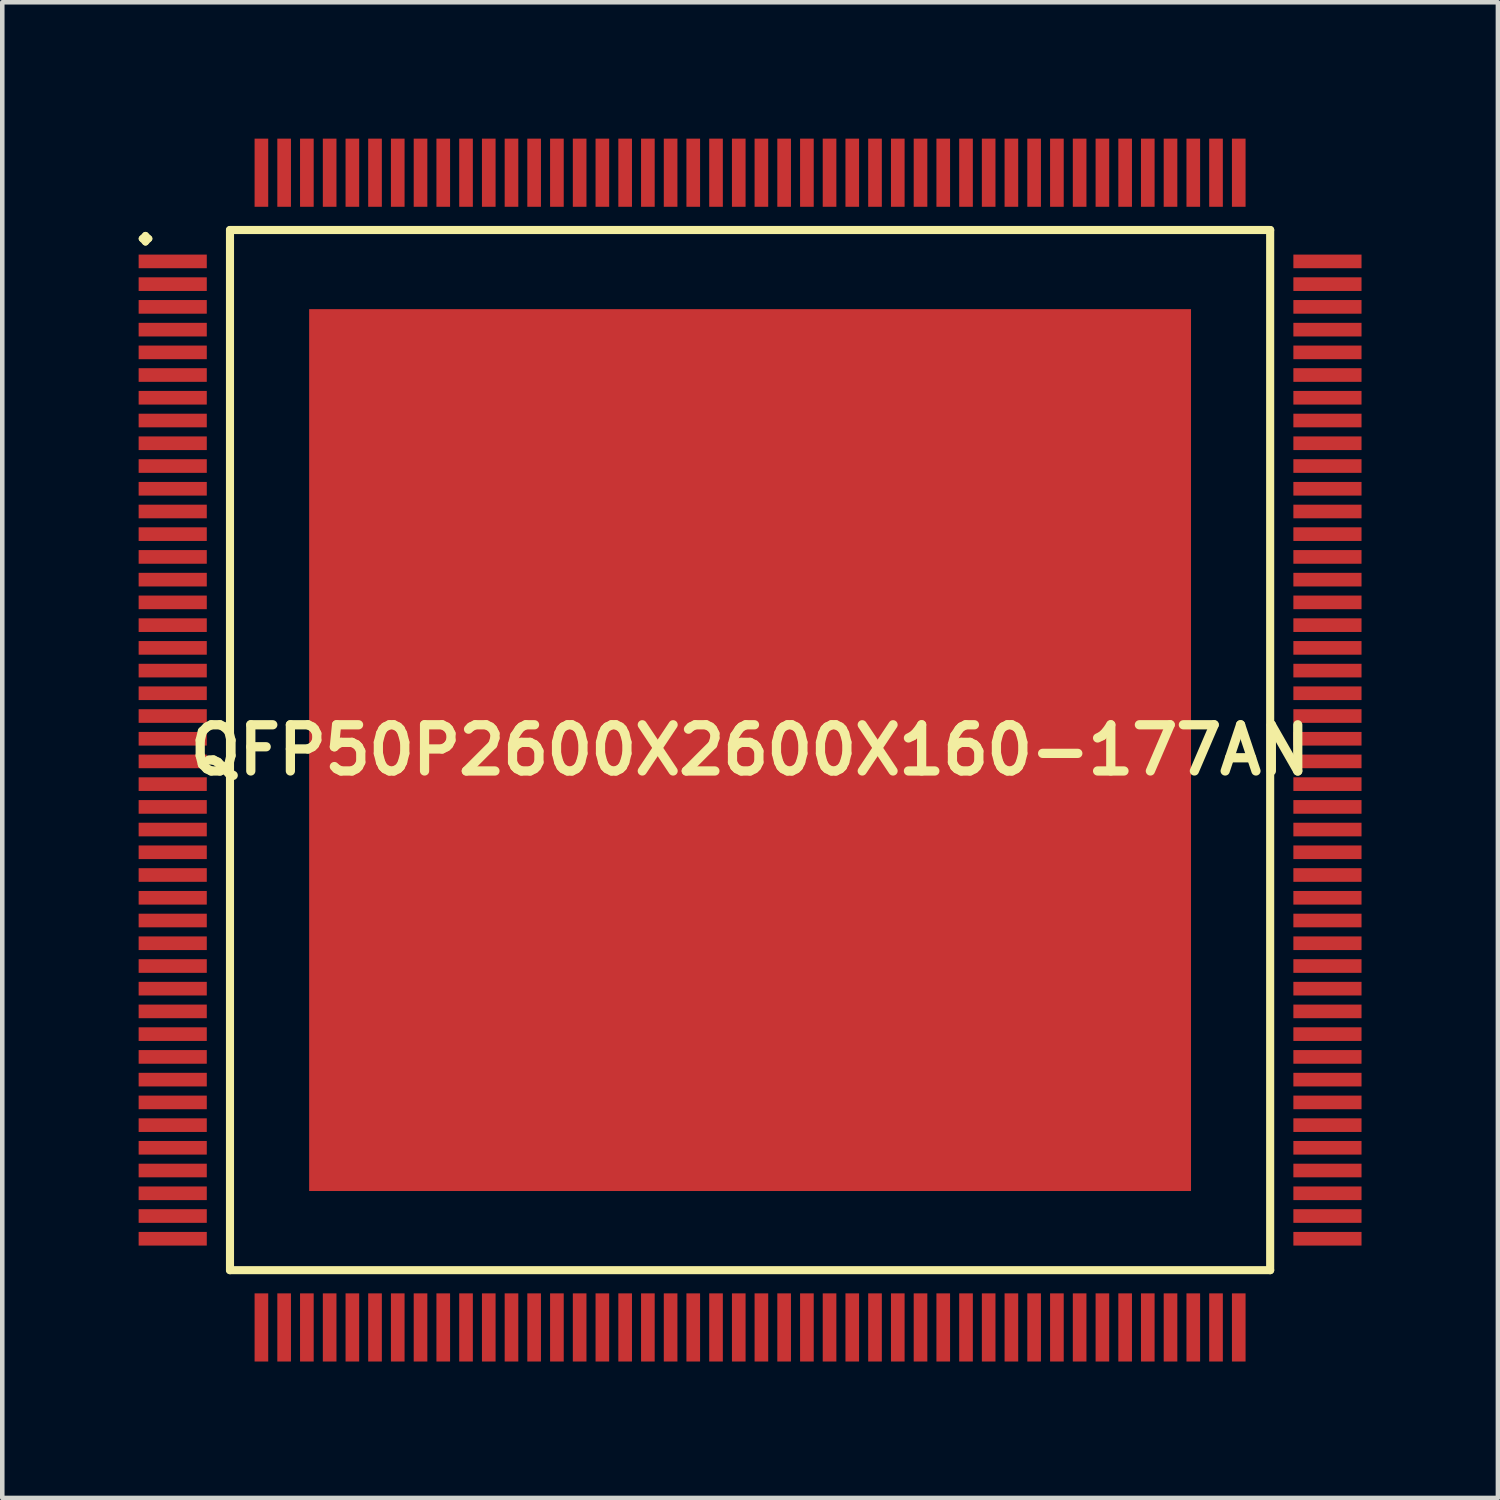
<source format=kicad_pcb>
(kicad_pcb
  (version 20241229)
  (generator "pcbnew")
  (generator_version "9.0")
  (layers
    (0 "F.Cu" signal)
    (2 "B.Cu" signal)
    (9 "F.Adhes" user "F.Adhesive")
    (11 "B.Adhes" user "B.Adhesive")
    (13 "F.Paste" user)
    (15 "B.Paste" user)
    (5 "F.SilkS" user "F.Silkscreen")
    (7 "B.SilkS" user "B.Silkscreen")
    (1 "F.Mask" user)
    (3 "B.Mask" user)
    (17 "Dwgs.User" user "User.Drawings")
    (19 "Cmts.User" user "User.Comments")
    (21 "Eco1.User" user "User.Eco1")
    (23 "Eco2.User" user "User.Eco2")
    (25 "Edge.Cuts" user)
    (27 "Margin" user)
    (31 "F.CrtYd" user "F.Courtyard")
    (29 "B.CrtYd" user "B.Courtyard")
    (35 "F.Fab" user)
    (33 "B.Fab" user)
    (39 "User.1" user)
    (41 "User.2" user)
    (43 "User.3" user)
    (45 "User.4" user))
  (footprint "QFP50P2600X2600X160-177AN"
    (layer "F.Cu")
    (at 13.449 13.449)
    (property "Reference" "QFP50P2600X2600X160-177AN" (at 0 0 0) (layer "F.SilkS") (effects (font (size 1.016 1.016) (thickness 0.203))))
    (attr smd)
    (fp_line (start -13.373 -11.25) (end -13.299 -11.323) (stroke (width 0.15) (type solid)) (layer "F.SilkS"))
    (fp_line (start -13.299 -11.323) (end -13.223 -11.25) (stroke (width 0.15) (type solid)) (layer "F.SilkS"))
    (fp_line (start -13.299 -11.173) (end -13.373 -11.25) (stroke (width 0.15) (type solid)) (layer "F.SilkS"))
    (fp_line (start -13.223 -11.25) (end -13.299 -11.173) (stroke (width 0.15) (type solid)) (layer "F.SilkS"))
    (fp_line (start -11.44 -11.44) (end -11.44 11.44) (stroke (width 0.178) (type solid)) (layer "F.SilkS"))
    (fp_line (start -11.44 11.44) (end 11.44 11.44) (stroke (width 0.178) (type solid)) (layer "F.SilkS"))
    (fp_line (start 11.44 -11.44) (end -11.44 -11.44) (stroke (width 0.178) (type solid)) (layer "F.SilkS"))
    (fp_line (start 11.44 11.44) (end 11.44 -11.44) (stroke (width 0.178) (type solid)) (layer "F.SilkS"))
    (pad "1" smd rect (at -12.7 -10.749) (size 1.499 0.3) (layers "F.Cu" "F.Mask" "F.Paste"))
    (pad "2" smd rect (at -12.7 -10.249) (size 1.499 0.3) (layers "F.Cu" "F.Mask" "F.Paste"))
    (pad "3" smd rect (at -12.7 -9.749) (size 1.499 0.3) (layers "F.Cu" "F.Mask" "F.Paste"))
    (pad "4" smd rect (at -12.7 -9.248) (size 1.499 0.3) (layers "F.Cu" "F.Mask" "F.Paste"))
    (pad "5" smd rect (at -12.7 -8.748) (size 1.499 0.3) (layers "F.Cu" "F.Mask" "F.Paste"))
    (pad "6" smd rect (at -12.7 -8.25) (size 1.499 0.3) (layers "F.Cu" "F.Mask" "F.Paste"))
    (pad "7" smd rect (at -12.7 -7.75) (size 1.499 0.3) (layers "F.Cu" "F.Mask" "F.Paste"))
    (pad "8" smd rect (at -12.7 -7.249) (size 1.499 0.3) (layers "F.Cu" "F.Mask" "F.Paste"))
    (pad "9" smd rect (at -12.7 -6.749) (size 1.499 0.3) (layers "F.Cu" "F.Mask" "F.Paste"))
    (pad "10" smd rect (at -12.7 -6.248) (size 1.499 0.3) (layers "F.Cu" "F.Mask" "F.Paste"))
    (pad "11" smd rect (at -12.7 -5.748) (size 1.499 0.3) (layers "F.Cu" "F.Mask" "F.Paste"))
    (pad "12" smd rect (at -12.7 -5.248) (size 1.499 0.3) (layers "F.Cu" "F.Mask" "F.Paste"))
    (pad "13" smd rect (at -12.7 -4.75) (size 1.499 0.3) (layers "F.Cu" "F.Mask" "F.Paste"))
    (pad "14" smd rect (at -12.7 -4.249) (size 1.499 0.3) (layers "F.Cu" "F.Mask" "F.Paste"))
    (pad "15" smd rect (at -12.7 -3.749) (size 1.499 0.3) (layers "F.Cu" "F.Mask" "F.Paste"))
    (pad "16" smd rect (at -12.7 -3.249) (size 1.499 0.3) (layers "F.Cu" "F.Mask" "F.Paste"))
    (pad "17" smd rect (at -12.7 -2.748) (size 1.499 0.3) (layers "F.Cu" "F.Mask" "F.Paste"))
    (pad "18" smd rect (at -12.7 -2.248) (size 1.499 0.3) (layers "F.Cu" "F.Mask" "F.Paste"))
    (pad "19" smd rect (at -12.7 -1.748) (size 1.499 0.3) (layers "F.Cu" "F.Mask" "F.Paste"))
    (pad "20" smd rect (at -12.7 -1.25) (size 1.499 0.3) (layers "F.Cu" "F.Mask" "F.Paste"))
    (pad "21" smd rect (at -12.7 -0.749) (size 1.499 0.3) (layers "F.Cu" "F.Mask" "F.Paste"))
    (pad "22" smd rect (at -12.7 -0.249) (size 1.499 0.3) (layers "F.Cu" "F.Mask" "F.Paste"))
    (pad "23" smd rect (at -12.7 0.249) (size 1.499 0.3) (layers "F.Cu" "F.Mask" "F.Paste"))
    (pad "24" smd rect (at -12.7 0.749) (size 1.499 0.3) (layers "F.Cu" "F.Mask" "F.Paste"))
    (pad "25" smd rect (at -12.7 1.25) (size 1.499 0.3) (layers "F.Cu" "F.Mask" "F.Paste"))
    (pad "26" smd rect (at -12.7 1.748) (size 1.499 0.3) (layers "F.Cu" "F.Mask" "F.Paste"))
    (pad "27" smd rect (at -12.7 2.248) (size 1.499 0.3) (layers "F.Cu" "F.Mask" "F.Paste"))
    (pad "28" smd rect (at -12.7 2.748) (size 1.499 0.3) (layers "F.Cu" "F.Mask" "F.Paste"))
    (pad "29" smd rect (at -12.7 3.249) (size 1.499 0.3) (layers "F.Cu" "F.Mask" "F.Paste"))
    (pad "30" smd rect (at -12.7 3.749) (size 1.499 0.3) (layers "F.Cu" "F.Mask" "F.Paste"))
    (pad "31" smd rect (at -12.7 4.249) (size 1.499 0.3) (layers "F.Cu" "F.Mask" "F.Paste"))
    (pad "32" smd rect (at -12.7 4.75) (size 1.499 0.3) (layers "F.Cu" "F.Mask" "F.Paste"))
    (pad "33" smd rect (at -12.7 5.248) (size 1.499 0.3) (layers "F.Cu" "F.Mask" "F.Paste"))
    (pad "34" smd rect (at -12.7 5.748) (size 1.499 0.3) (layers "F.Cu" "F.Mask" "F.Paste"))
    (pad "35" smd rect (at -12.7 6.248) (size 1.499 0.3) (layers "F.Cu" "F.Mask" "F.Paste"))
    (pad "36" smd rect (at -12.7 6.749) (size 1.499 0.3) (layers "F.Cu" "F.Mask" "F.Paste"))
    (pad "37" smd rect (at -12.7 7.249) (size 1.499 0.3) (layers "F.Cu" "F.Mask" "F.Paste"))
    (pad "38" smd rect (at -12.7 7.75) (size 1.499 0.3) (layers "F.Cu" "F.Mask" "F.Paste"))
    (pad "39" smd rect (at -12.7 8.25) (size 1.499 0.3) (layers "F.Cu" "F.Mask" "F.Paste"))
    (pad "40" smd rect (at -12.7 8.748) (size 1.499 0.3) (layers "F.Cu" "F.Mask" "F.Paste"))
    (pad "41" smd rect (at -12.7 9.248) (size 1.499 0.3) (layers "F.Cu" "F.Mask" "F.Paste"))
    (pad "42" smd rect (at -12.7 9.749) (size 1.499 0.3) (layers "F.Cu" "F.Mask" "F.Paste"))
    (pad "43" smd rect (at -12.7 10.249) (size 1.499 0.3) (layers "F.Cu" "F.Mask" "F.Paste"))
    (pad "44" smd rect (at -12.7 10.749) (size 1.499 0.3) (layers "F.Cu" "F.Mask" "F.Paste"))
    (pad "45" smd rect (at -10.749 12.7) (size 0.3 1.499) (layers "F.Cu" "F.Mask" "F.Paste"))
    (pad "46" smd rect (at -10.249 12.7) (size 0.3 1.499) (layers "F.Cu" "F.Mask" "F.Paste"))
    (pad "47" smd rect (at -9.749 12.7) (size 0.3 1.499) (layers "F.Cu" "F.Mask" "F.Paste"))
    (pad "48" smd rect (at -9.248 12.7) (size 0.3 1.499) (layers "F.Cu" "F.Mask" "F.Paste"))
    (pad "49" smd rect (at -8.748 12.7) (size 0.3 1.499) (layers "F.Cu" "F.Mask" "F.Paste"))
    (pad "50" smd rect (at -8.25 12.7) (size 0.3 1.499) (layers "F.Cu" "F.Mask" "F.Paste"))
    (pad "51" smd rect (at -7.75 12.7) (size 0.3 1.499) (layers "F.Cu" "F.Mask" "F.Paste"))
    (pad "52" smd rect (at -7.249 12.7) (size 0.3 1.499) (layers "F.Cu" "F.Mask" "F.Paste"))
    (pad "53" smd rect (at -6.749 12.7) (size 0.3 1.499) (layers "F.Cu" "F.Mask" "F.Paste"))
    (pad "54" smd rect (at -6.248 12.7) (size 0.3 1.499) (layers "F.Cu" "F.Mask" "F.Paste"))
    (pad "55" smd rect (at -5.748 12.7) (size 0.3 1.499) (layers "F.Cu" "F.Mask" "F.Paste"))
    (pad "56" smd rect (at -5.248 12.7) (size 0.3 1.499) (layers "F.Cu" "F.Mask" "F.Paste"))
    (pad "57" smd rect (at -4.75 12.7) (size 0.3 1.499) (layers "F.Cu" "F.Mask" "F.Paste"))
    (pad "58" smd rect (at -4.249 12.7) (size 0.3 1.499) (layers "F.Cu" "F.Mask" "F.Paste"))
    (pad "59" smd rect (at -3.749 12.7) (size 0.3 1.499) (layers "F.Cu" "F.Mask" "F.Paste"))
    (pad "60" smd rect (at -3.249 12.7) (size 0.3 1.499) (layers "F.Cu" "F.Mask" "F.Paste"))
    (pad "61" smd rect (at -2.748 12.7) (size 0.3 1.499) (layers "F.Cu" "F.Mask" "F.Paste"))
    (pad "62" smd rect (at -2.248 12.7) (size 0.3 1.499) (layers "F.Cu" "F.Mask" "F.Paste"))
    (pad "63" smd rect (at -1.748 12.7) (size 0.3 1.499) (layers "F.Cu" "F.Mask" "F.Paste"))
    (pad "64" smd rect (at -1.25 12.7) (size 0.3 1.499) (layers "F.Cu" "F.Mask" "F.Paste"))
    (pad "65" smd rect (at -0.749 12.7) (size 0.3 1.499) (layers "F.Cu" "F.Mask" "F.Paste"))
    (pad "66" smd rect (at -0.249 12.7) (size 0.3 1.499) (layers "F.Cu" "F.Mask" "F.Paste"))
    (pad "67" smd rect (at 0.249 12.7) (size 0.3 1.499) (layers "F.Cu" "F.Mask" "F.Paste"))
    (pad "68" smd rect (at 0.749 12.7) (size 0.3 1.499) (layers "F.Cu" "F.Mask" "F.Paste"))
    (pad "69" smd rect (at 1.25 12.7) (size 0.3 1.499) (layers "F.Cu" "F.Mask" "F.Paste"))
    (pad "70" smd rect (at 1.748 12.7) (size 0.3 1.499) (layers "F.Cu" "F.Mask" "F.Paste"))
    (pad "71" smd rect (at 2.248 12.7) (size 0.3 1.499) (layers "F.Cu" "F.Mask" "F.Paste"))
    (pad "72" smd rect (at 2.748 12.7) (size 0.3 1.499) (layers "F.Cu" "F.Mask" "F.Paste"))
    (pad "73" smd rect (at 3.249 12.7) (size 0.3 1.499) (layers "F.Cu" "F.Mask" "F.Paste"))
    (pad "74" smd rect (at 3.749 12.7) (size 0.3 1.499) (layers "F.Cu" "F.Mask" "F.Paste"))
    (pad "75" smd rect (at 4.249 12.7) (size 0.3 1.499) (layers "F.Cu" "F.Mask" "F.Paste"))
    (pad "76" smd rect (at 4.75 12.7) (size 0.3 1.499) (layers "F.Cu" "F.Mask" "F.Paste"))
    (pad "77" smd rect (at 5.248 12.7) (size 0.3 1.499) (layers "F.Cu" "F.Mask" "F.Paste"))
    (pad "78" smd rect (at 5.748 12.7) (size 0.3 1.499) (layers "F.Cu" "F.Mask" "F.Paste"))
    (pad "79" smd rect (at 6.248 12.7) (size 0.3 1.499) (layers "F.Cu" "F.Mask" "F.Paste"))
    (pad "80" smd rect (at 6.749 12.7) (size 0.3 1.499) (layers "F.Cu" "F.Mask" "F.Paste"))
    (pad "81" smd rect (at 7.249 12.7) (size 0.3 1.499) (layers "F.Cu" "F.Mask" "F.Paste"))
    (pad "82" smd rect (at 7.75 12.7) (size 0.3 1.499) (layers "F.Cu" "F.Mask" "F.Paste"))
    (pad "83" smd rect (at 8.25 12.7) (size 0.3 1.499) (layers "F.Cu" "F.Mask" "F.Paste"))
    (pad "84" smd rect (at 8.748 12.7) (size 0.3 1.499) (layers "F.Cu" "F.Mask" "F.Paste"))
    (pad "85" smd rect (at 9.248 12.7) (size 0.3 1.499) (layers "F.Cu" "F.Mask" "F.Paste"))
    (pad "86" smd rect (at 9.749 12.7) (size 0.3 1.499) (layers "F.Cu" "F.Mask" "F.Paste"))
    (pad "87" smd rect (at 10.249 12.7) (size 0.3 1.499) (layers "F.Cu" "F.Mask" "F.Paste"))
    (pad "88" smd rect (at 10.749 12.7) (size 0.3 1.499) (layers "F.Cu" "F.Mask" "F.Paste"))
    (pad "89" smd rect (at 12.7 10.749) (size 1.499 0.3) (layers "F.Cu" "F.Mask" "F.Paste"))
    (pad "90" smd rect (at 12.7 10.249) (size 1.499 0.3) (layers "F.Cu" "F.Mask" "F.Paste"))
    (pad "91" smd rect (at 12.7 9.749) (size 1.499 0.3) (layers "F.Cu" "F.Mask" "F.Paste"))
    (pad "92" smd rect (at 12.7 9.248) (size 1.499 0.3) (layers "F.Cu" "F.Mask" "F.Paste"))
    (pad "93" smd rect (at 12.7 8.748) (size 1.499 0.3) (layers "F.Cu" "F.Mask" "F.Paste"))
    (pad "94" smd rect (at 12.7 8.25) (size 1.499 0.3) (layers "F.Cu" "F.Mask" "F.Paste"))
    (pad "95" smd rect (at 12.7 7.75) (size 1.499 0.3) (layers "F.Cu" "F.Mask" "F.Paste"))
    (pad "96" smd rect (at 12.7 7.249) (size 1.499 0.3) (layers "F.Cu" "F.Mask" "F.Paste"))
    (pad "97" smd rect (at 12.7 6.749) (size 1.499 0.3) (layers "F.Cu" "F.Mask" "F.Paste"))
    (pad "98" smd rect (at 12.7 6.248) (size 1.499 0.3) (layers "F.Cu" "F.Mask" "F.Paste"))
    (pad "99" smd rect (at 12.7 5.748) (size 1.499 0.3) (layers "F.Cu" "F.Mask" "F.Paste"))
    (pad "100" smd rect (at 12.7 5.248) (size 1.499 0.3) (layers "F.Cu" "F.Mask" "F.Paste"))
    (pad "101" smd rect (at 12.7 4.75) (size 1.499 0.3) (layers "F.Cu" "F.Mask" "F.Paste"))
    (pad "102" smd rect (at 12.7 4.249) (size 1.499 0.3) (layers "F.Cu" "F.Mask" "F.Paste"))
    (pad "103" smd rect (at 12.7 3.749) (size 1.499 0.3) (layers "F.Cu" "F.Mask" "F.Paste"))
    (pad "104" smd rect (at 12.7 3.249) (size 1.499 0.3) (layers "F.Cu" "F.Mask" "F.Paste"))
    (pad "105" smd rect (at 12.7 2.748) (size 1.499 0.3) (layers "F.Cu" "F.Mask" "F.Paste"))
    (pad "106" smd rect (at 12.7 2.248) (size 1.499 0.3) (layers "F.Cu" "F.Mask" "F.Paste"))
    (pad "107" smd rect (at 12.7 1.748) (size 1.499 0.3) (layers "F.Cu" "F.Mask" "F.Paste"))
    (pad "108" smd rect (at 12.7 1.25) (size 1.499 0.3) (layers "F.Cu" "F.Mask" "F.Paste"))
    (pad "109" smd rect (at 12.7 0.749) (size 1.499 0.3) (layers "F.Cu" "F.Mask" "F.Paste"))
    (pad "110" smd rect (at 12.7 0.249) (size 1.499 0.3) (layers "F.Cu" "F.Mask" "F.Paste"))
    (pad "111" smd rect (at 12.7 -0.249) (size 1.499 0.3) (layers "F.Cu" "F.Mask" "F.Paste"))
    (pad "112" smd rect (at 12.7 -0.749) (size 1.499 0.3) (layers "F.Cu" "F.Mask" "F.Paste"))
    (pad "113" smd rect (at 12.7 -1.25) (size 1.499 0.3) (layers "F.Cu" "F.Mask" "F.Paste"))
    (pad "114" smd rect (at 12.7 -1.748) (size 1.499 0.3) (layers "F.Cu" "F.Mask" "F.Paste"))
    (pad "115" smd rect (at 12.7 -2.248) (size 1.499 0.3) (layers "F.Cu" "F.Mask" "F.Paste"))
    (pad "116" smd rect (at 12.7 -2.748) (size 1.499 0.3) (layers "F.Cu" "F.Mask" "F.Paste"))
    (pad "117" smd rect (at 12.7 -3.249) (size 1.499 0.3) (layers "F.Cu" "F.Mask" "F.Paste"))
    (pad "118" smd rect (at 12.7 -3.749) (size 1.499 0.3) (layers "F.Cu" "F.Mask" "F.Paste"))
    (pad "119" smd rect (at 12.7 -4.249) (size 1.499 0.3) (layers "F.Cu" "F.Mask" "F.Paste"))
    (pad "120" smd rect (at 12.7 -4.75) (size 1.499 0.3) (layers "F.Cu" "F.Mask" "F.Paste"))
    (pad "121" smd rect (at 12.7 -5.248) (size 1.499 0.3) (layers "F.Cu" "F.Mask" "F.Paste"))
    (pad "122" smd rect (at 12.7 -5.748) (size 1.499 0.3) (layers "F.Cu" "F.Mask" "F.Paste"))
    (pad "123" smd rect (at 12.7 -6.248) (size 1.499 0.3) (layers "F.Cu" "F.Mask" "F.Paste"))
    (pad "124" smd rect (at 12.7 -6.749) (size 1.499 0.3) (layers "F.Cu" "F.Mask" "F.Paste"))
    (pad "125" smd rect (at 12.7 -7.249) (size 1.499 0.3) (layers "F.Cu" "F.Mask" "F.Paste"))
    (pad "126" smd rect (at 12.7 -7.75) (size 1.499 0.3) (layers "F.Cu" "F.Mask" "F.Paste"))
    (pad "127" smd rect (at 12.7 -8.25) (size 1.499 0.3) (layers "F.Cu" "F.Mask" "F.Paste"))
    (pad "128" smd rect (at 12.7 -8.748) (size 1.499 0.3) (layers "F.Cu" "F.Mask" "F.Paste"))
    (pad "129" smd rect (at 12.7 -9.248) (size 1.499 0.3) (layers "F.Cu" "F.Mask" "F.Paste"))
    (pad "130" smd rect (at 12.7 -9.749) (size 1.499 0.3) (layers "F.Cu" "F.Mask" "F.Paste"))
    (pad "131" smd rect (at 12.7 -10.249) (size 1.499 0.3) (layers "F.Cu" "F.Mask" "F.Paste"))
    (pad "132" smd rect (at 12.7 -10.749) (size 1.499 0.3) (layers "F.Cu" "F.Mask" "F.Paste"))
    (pad "133" smd rect (at 10.749 -12.7) (size 0.3 1.499) (layers "F.Cu" "F.Mask" "F.Paste"))
    (pad "134" smd rect (at 10.249 -12.7) (size 0.3 1.499) (layers "F.Cu" "F.Mask" "F.Paste"))
    (pad "135" smd rect (at 9.749 -12.7) (size 0.3 1.499) (layers "F.Cu" "F.Mask" "F.Paste"))
    (pad "136" smd rect (at 9.248 -12.7) (size 0.3 1.499) (layers "F.Cu" "F.Mask" "F.Paste"))
    (pad "137" smd rect (at 8.748 -12.7) (size 0.3 1.499) (layers "F.Cu" "F.Mask" "F.Paste"))
    (pad "138" smd rect (at 8.25 -12.7) (size 0.3 1.499) (layers "F.Cu" "F.Mask" "F.Paste"))
    (pad "139" smd rect (at 7.75 -12.7) (size 0.3 1.499) (layers "F.Cu" "F.Mask" "F.Paste"))
    (pad "140" smd rect (at 7.249 -12.7) (size 0.3 1.499) (layers "F.Cu" "F.Mask" "F.Paste"))
    (pad "141" smd rect (at 6.749 -12.7) (size 0.3 1.499) (layers "F.Cu" "F.Mask" "F.Paste"))
    (pad "142" smd rect (at 6.248 -12.7) (size 0.3 1.499) (layers "F.Cu" "F.Mask" "F.Paste"))
    (pad "143" smd rect (at 5.748 -12.7) (size 0.3 1.499) (layers "F.Cu" "F.Mask" "F.Paste"))
    (pad "144" smd rect (at 5.248 -12.7) (size 0.3 1.499) (layers "F.Cu" "F.Mask" "F.Paste"))
    (pad "145" smd rect (at 4.75 -12.7) (size 0.3 1.499) (layers "F.Cu" "F.Mask" "F.Paste"))
    (pad "146" smd rect (at 4.249 -12.7) (size 0.3 1.499) (layers "F.Cu" "F.Mask" "F.Paste"))
    (pad "147" smd rect (at 3.749 -12.7) (size 0.3 1.499) (layers "F.Cu" "F.Mask" "F.Paste"))
    (pad "148" smd rect (at 3.249 -12.7) (size 0.3 1.499) (layers "F.Cu" "F.Mask" "F.Paste"))
    (pad "149" smd rect (at 2.748 -12.7) (size 0.3 1.499) (layers "F.Cu" "F.Mask" "F.Paste"))
    (pad "150" smd rect (at 2.248 -12.7) (size 0.3 1.499) (layers "F.Cu" "F.Mask" "F.Paste"))
    (pad "151" smd rect (at 1.748 -12.7) (size 0.3 1.499) (layers "F.Cu" "F.Mask" "F.Paste"))
    (pad "152" smd rect (at 1.25 -12.7) (size 0.3 1.499) (layers "F.Cu" "F.Mask" "F.Paste"))
    (pad "153" smd rect (at 0.749 -12.7) (size 0.3 1.499) (layers "F.Cu" "F.Mask" "F.Paste"))
    (pad "154" smd rect (at 0.249 -12.7) (size 0.3 1.499) (layers "F.Cu" "F.Mask" "F.Paste"))
    (pad "155" smd rect (at -0.249 -12.7) (size 0.3 1.499) (layers "F.Cu" "F.Mask" "F.Paste"))
    (pad "156" smd rect (at -0.749 -12.7) (size 0.3 1.499) (layers "F.Cu" "F.Mask" "F.Paste"))
    (pad "157" smd rect (at -1.25 -12.7) (size 0.3 1.499) (layers "F.Cu" "F.Mask" "F.Paste"))
    (pad "158" smd rect (at -1.748 -12.7) (size 0.3 1.499) (layers "F.Cu" "F.Mask" "F.Paste"))
    (pad "159" smd rect (at -2.248 -12.7) (size 0.3 1.499) (layers "F.Cu" "F.Mask" "F.Paste"))
    (pad "160" smd rect (at -2.748 -12.7) (size 0.3 1.499) (layers "F.Cu" "F.Mask" "F.Paste"))
    (pad "161" smd rect (at -3.249 -12.7) (size 0.3 1.499) (layers "F.Cu" "F.Mask" "F.Paste"))
    (pad "162" smd rect (at -3.749 -12.7) (size 0.3 1.499) (layers "F.Cu" "F.Mask" "F.Paste"))
    (pad "163" smd rect (at -4.249 -12.7) (size 0.3 1.499) (layers "F.Cu" "F.Mask" "F.Paste"))
    (pad "164" smd rect (at -4.75 -12.7) (size 0.3 1.499) (layers "F.Cu" "F.Mask" "F.Paste"))
    (pad "165" smd rect (at -5.248 -12.7) (size 0.3 1.499) (layers "F.Cu" "F.Mask" "F.Paste"))
    (pad "166" smd rect (at -5.748 -12.7) (size 0.3 1.499) (layers "F.Cu" "F.Mask" "F.Paste"))
    (pad "167" smd rect (at -6.248 -12.7) (size 0.3 1.499) (layers "F.Cu" "F.Mask" "F.Paste"))
    (pad "168" smd rect (at -6.749 -12.7) (size 0.3 1.499) (layers "F.Cu" "F.Mask" "F.Paste"))
    (pad "169" smd rect (at -7.249 -12.7) (size 0.3 1.499) (layers "F.Cu" "F.Mask" "F.Paste"))
    (pad "170" smd rect (at -7.75 -12.7) (size 0.3 1.499) (layers "F.Cu" "F.Mask" "F.Paste"))
    (pad "171" smd rect (at -8.25 -12.7) (size 0.3 1.499) (layers "F.Cu" "F.Mask" "F.Paste"))
    (pad "172" smd rect (at -8.748 -12.7) (size 0.3 1.499) (layers "F.Cu" "F.Mask" "F.Paste"))
    (pad "173" smd rect (at -9.248 -12.7) (size 0.3 1.499) (layers "F.Cu" "F.Mask" "F.Paste"))
    (pad "174" smd rect (at -9.749 -12.7) (size 0.3 1.499) (layers "F.Cu" "F.Mask" "F.Paste"))
    (pad "175" smd rect (at -10.249 -12.7) (size 0.3 1.499) (layers "F.Cu" "F.Mask" "F.Paste"))
    (pad "176" smd rect (at -10.749 -12.7) (size 0.3 1.499) (layers "F.Cu" "F.Mask" "F.Paste"))
    (pad "177" smd rect (at 0 0) (size 19.398 19.398) (layers "F.Cu" "F.Mask" "F.Paste")))
  (gr_rect
    (start -3 -3)
    (end 29.899 29.899)
    (stroke (width 0.1) (type default))
    (fill no)
    (layer "Edge.Cuts")))
</source>
